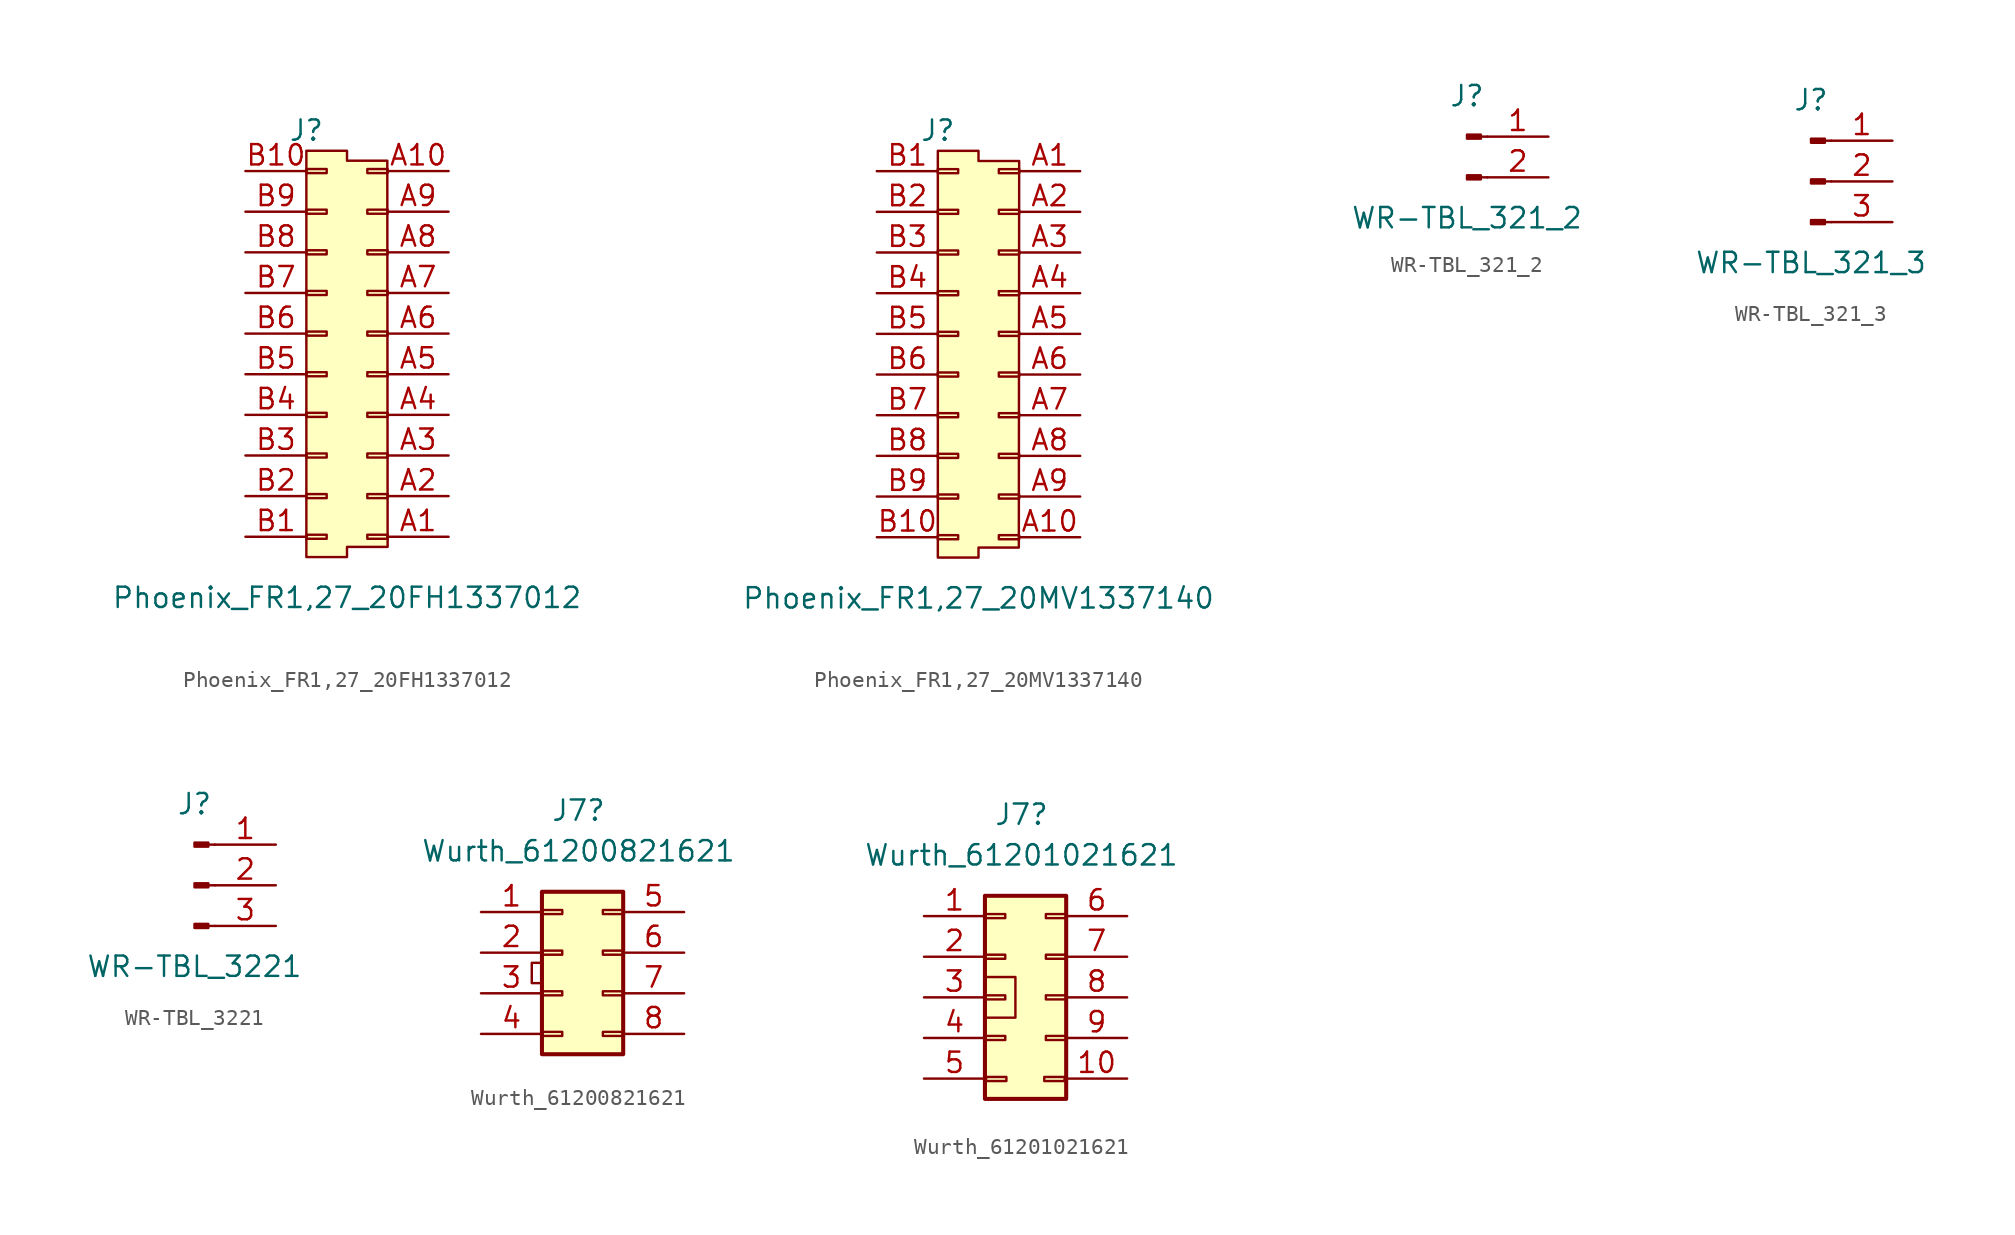
<source format=kicad_sym>
(kicad_symbol_lib
  (version 20231120)
  (generator "kicad_symbol_editor")
  (generator_version "8.0")
  (symbol "Phoenix_FR1,27_20FH1337012"
    (pin_names
      (offset 1.016) hide)
    (property "Reference" "J"
      (at -2.54 13.97 0)
      (effects (font (size 1.27 1.27))))
    (property "Value" "Phoenix_FR1,27_20FH1337012"
      (at 0 -15.24 0)
      (effects (font (size 1.27 1.27))))
    (symbol "Phoenix_FR1,27_20FH1337012_1_0"
      (pin no_connect line (at 1.27 -8.89 270) (length 2.54) hide (name "MP1" (effects (font (size 1.27 1.27)))) (number "MP1" (effects (font (size 1.27 1.27)))))
      (pin no_connect line (at 1.27 -8.89 270) (length 2.54) hide (name "MP2" (effects (font (size 1.27 1.27)))) (number "MP2" (effects (font (size 1.27 1.27)))))
      (pin no_connect line (at 1.27 -8.89 270) (length 2.54) hide (name "MP3" (effects (font (size 1.27 1.27)))) (number "MP3" (effects (font (size 1.27 1.27)))))
      (pin no_connect line (at 1.27 -8.89 270) (length 2.54) hide (name "MP4" (effects (font (size 1.27 1.27)))) (number "MP4" (effects (font (size 1.27 1.27))))))
    (symbol "Phoenix_FR1,27_20FH1337012_1_1"
      (rectangle (start -2.54 -11.557) (end -1.27 -11.303) (stroke (width 0.152) (type default)) (fill (type none)))
      (rectangle (start -2.54 -9.017) (end -1.27 -8.763) (stroke (width 0.152) (type default)) (fill (type none)))
      (rectangle (start -2.54 -6.477) (end -1.27 -6.223) (stroke (width 0.152) (type default)) (fill (type none)))
      (rectangle (start -2.54 -3.937) (end -1.27 -3.683) (stroke (width 0.152) (type default)) (fill (type none)))
      (rectangle (start -2.54 -1.397) (end -1.27 -1.143) (stroke (width 0.152) (type default)) (fill (type none)))
      (rectangle (start -1.27 1.397) (end -2.54 1.143) (stroke (width 0.152) (type default)) (fill (type none)))
      (rectangle (start -1.27 3.937) (end -2.54 3.683) (stroke (width 0.152) (type default)) (fill (type none)))
      (rectangle (start -1.27 6.477) (end -2.54 6.223) (stroke (width 0.152) (type default)) (fill (type none)))
      (rectangle (start -1.27 9.017) (end -2.54 8.763) (stroke (width 0.152) (type default)) (fill (type none)))
      (rectangle (start -1.27 11.557) (end -2.54 11.303) (stroke (width 0.152) (type default)) (fill (type none)))
      (polyline (pts (xy 2.54 -12.065) (xy 2.519 12.077) (xy 0.001 12.077) (xy 0 12.7) (xy -2.54 12.7) (xy -2.54 -12.7) (xy 0 -12.7) (xy 0 -12.065) (xy 2.54 -12.065)) (stroke (width 0) (type default)) (fill (type background)))
      (rectangle (start 1.27 3.683) (end 2.54 3.937) (stroke (width 0.152) (type default)) (fill (type none)))
      (rectangle (start 1.27 6.223) (end 2.54 6.477) (stroke (width 0.152) (type default)) (fill (type none)))
      (rectangle (start 1.27 8.763) (end 2.54 9.017) (stroke (width 0.152) (type default)) (fill (type none)))
      (rectangle (start 1.27 11.303) (end 2.54 11.557) (stroke (width 0.152) (type default)) (fill (type none)))
      (rectangle (start 2.54 -11.557) (end 1.27 -11.303) (stroke (width 0.152) (type default)) (fill (type none)))
      (rectangle (start 2.54 -9.017) (end 1.27 -8.763) (stroke (width 0.152) (type default)) (fill (type none)))
      (rectangle (start 2.54 -6.477) (end 1.27 -6.223) (stroke (width 0.152) (type default)) (fill (type none)))
      (rectangle (start 2.54 -3.937) (end 1.27 -3.683) (stroke (width 0.152) (type default)) (fill (type none)))
      (rectangle (start 2.54 -1.397) (end 1.27 -1.143) (stroke (width 0.152) (type default)) (fill (type none)))
      (rectangle (start 2.54 1.143) (end 1.27 1.397) (stroke (width 0.152) (type default)) (fill (type none)))
      (pin passive line (at 6.35 -11.43 180) (length 3.81) (name "A1" (effects (font (size 1.27 1.27)))) (number "A1" (effects (font (size 1.27 1.27)))))
      (pin passive line (at 6.35 11.43 180) (length 3.81) (name "A10" (effects (font (size 1.27 1.27)))) (number "A10" (effects (font (size 1.27 1.27)))))
      (pin passive line (at 6.35 -8.89 180) (length 3.81) (name "A2" (effects (font (size 1.27 1.27)))) (number "A2" (effects (font (size 1.27 1.27)))))
      (pin passive line (at 6.35 -6.35 180) (length 3.81) (name "A3" (effects (font (size 1.27 1.27)))) (number "A3" (effects (font (size 1.27 1.27)))))
      (pin passive line (at 6.35 -3.81 180) (length 3.81) (name "A4" (effects (font (size 1.27 1.27)))) (number "A4" (effects (font (size 1.27 1.27)))))
      (pin passive line (at 6.35 -1.27 180) (length 3.81) (name "A5" (effects (font (size 1.27 1.27)))) (number "A5" (effects (font (size 1.27 1.27)))))
      (pin passive line (at 6.35 1.27 180) (length 3.81) (name "A6" (effects (font (size 1.27 1.27)))) (number "A6" (effects (font (size 1.27 1.27)))))
      (pin passive line (at 6.35 3.81 180) (length 3.81) (name "A7" (effects (font (size 1.27 1.27)))) (number "A7" (effects (font (size 1.27 1.27)))))
      (pin passive line (at 6.35 6.35 180) (length 3.81) (name "A8" (effects (font (size 1.27 1.27)))) (number "A8" (effects (font (size 1.27 1.27)))))
      (pin passive line (at 6.35 8.89 180) (length 3.81) (name "A9" (effects (font (size 1.27 1.27)))) (number "A9" (effects (font (size 1.27 1.27)))))
      (pin passive line (at -6.35 -11.43 0) (length 3.81) (name "B1" (effects (font (size 1.27 1.27)))) (number "B1" (effects (font (size 1.27 1.27)))))
      (pin passive line (at -6.35 11.43 0) (length 3.81) (name "B10" (effects (font (size 1.27 1.27)))) (number "B10" (effects (font (size 1.27 1.27)))))
      (pin passive line (at -6.35 -8.89 0) (length 3.81) (name "B2" (effects (font (size 1.27 1.27)))) (number "B2" (effects (font (size 1.27 1.27)))))
      (pin passive line (at -6.35 -6.35 0) (length 3.81) (name "B3" (effects (font (size 1.27 1.27)))) (number "B3" (effects (font (size 1.27 1.27)))))
      (pin passive line (at -6.35 -3.81 0) (length 3.81) (name "B4" (effects (font (size 1.27 1.27)))) (number "B4" (effects (font (size 1.27 1.27)))))
      (pin passive line (at -6.35 -1.27 0) (length 3.81) (name "B5" (effects (font (size 1.27 1.27)))) (number "B5" (effects (font (size 1.27 1.27)))))
      (pin passive line (at -6.35 1.27 0) (length 3.81) (name "B6" (effects (font (size 1.27 1.27)))) (number "B6" (effects (font (size 1.27 1.27)))))
      (pin passive line (at -6.35 3.81 0) (length 3.81) (name "B7" (effects (font (size 1.27 1.27)))) (number "B7" (effects (font (size 1.27 1.27)))))
      (pin passive line (at -6.35 6.35 0) (length 3.81) (name "B8" (effects (font (size 1.27 1.27)))) (number "B8" (effects (font (size 1.27 1.27)))))
      (pin passive line (at -6.35 8.89 0) (length 3.81) (name "B9" (effects (font (size 1.27 1.27)))) (number "B9" (effects (font (size 1.27 1.27)))))))
  (symbol "Phoenix_FR1,27_20MV1337140"
    (pin_names
      (offset 1.016) hide)
    (property "Reference" "J"
      (at -2.54 13.97 0)
      (effects (font (size 1.27 1.27))))
    (property "Value" "Phoenix_FR1,27_20MV1337140"
      (at 0 -15.24 0)
      (effects (font (size 1.27 1.27))))
    (symbol "Phoenix_FR1,27_20MV1337140_1_0"
      (pin no_connect line (at 1.27 8.89 90) (length 2.54) hide (name "MP1" (effects (font (size 1.27 1.27)))) (number "MP1" (effects (font (size 1.27 1.27)))))
      (pin no_connect line (at 1.27 8.89 90) (length 2.54) hide (name "MP2" (effects (font (size 1.27 1.27)))) (number "MP2" (effects (font (size 1.27 1.27)))))
      (pin no_connect line (at 1.27 8.89 90) (length 2.54) hide (name "MP3" (effects (font (size 1.27 1.27)))) (number "MP3" (effects (font (size 1.27 1.27)))))
      (pin no_connect line (at 1.27 8.89 90) (length 2.54) hide (name "MP4" (effects (font (size 1.27 1.27)))) (number "MP4" (effects (font (size 1.27 1.27))))))
    (symbol "Phoenix_FR1,27_20MV1337140_1_1"
      (rectangle (start -2.54 -11.303) (end -1.27 -11.557) (stroke (width 0.152) (type default)) (fill (type none)))
      (rectangle (start -2.54 -8.763) (end -1.27 -9.017) (stroke (width 0.152) (type default)) (fill (type none)))
      (rectangle (start -2.54 -6.223) (end -1.27 -6.477) (stroke (width 0.152) (type default)) (fill (type none)))
      (rectangle (start -2.54 -3.683) (end -1.27 -3.937) (stroke (width 0.152) (type default)) (fill (type none)))
      (rectangle (start -2.54 -1.143) (end -1.27 -1.397) (stroke (width 0.152) (type default)) (fill (type none)))
      (rectangle (start -1.27 1.143) (end -2.54 1.397) (stroke (width 0.152) (type default)) (fill (type none)))
      (rectangle (start -1.27 3.683) (end -2.54 3.937) (stroke (width 0.152) (type default)) (fill (type none)))
      (rectangle (start -1.27 6.223) (end -2.54 6.477) (stroke (width 0.152) (type default)) (fill (type none)))
      (rectangle (start -1.27 8.763) (end -2.54 9.017) (stroke (width 0.152) (type default)) (fill (type none)))
      (rectangle (start -1.27 11.303) (end -2.54 11.557) (stroke (width 0.152) (type default)) (fill (type none)))
      (polyline (pts (xy 2.54 12.065) (xy 2.519 -12.077) (xy 0.001 -12.077) (xy 0 -12.7) (xy -2.54 -12.7) (xy -2.54 12.7) (xy 0 12.7) (xy 0 12.065) (xy 2.54 12.065)) (stroke (width 0) (type default)) (fill (type background)))
      (rectangle (start 1.27 -1.397) (end 2.54 -1.143) (stroke (width 0.152) (type default)) (fill (type none)))
      (rectangle (start 1.27 1.143) (end 2.54 1.397) (stroke (width 0.152) (type default)) (fill (type none)))
      (rectangle (start 1.27 3.683) (end 2.54 3.937) (stroke (width 0.152) (type default)) (fill (type none)))
      (rectangle (start 1.27 6.223) (end 2.54 6.477) (stroke (width 0.152) (type default)) (fill (type none)))
      (rectangle (start 1.27 8.763) (end 2.54 9.017) (stroke (width 0.152) (type default)) (fill (type none)))
      (rectangle (start 1.27 11.303) (end 2.54 11.557) (stroke (width 0.152) (type default)) (fill (type none)))
      (rectangle (start 2.54 -11.557) (end 1.27 -11.303) (stroke (width 0.152) (type default)) (fill (type none)))
      (rectangle (start 2.54 -9.017) (end 1.27 -8.763) (stroke (width 0.152) (type default)) (fill (type none)))
      (rectangle (start 2.54 -6.477) (end 1.27 -6.223) (stroke (width 0.152) (type default)) (fill (type none)))
      (rectangle (start 2.54 -3.937) (end 1.27 -3.683) (stroke (width 0.152) (type default)) (fill (type none)))
      (pin passive line (at 6.35 11.43 180) (length 3.81) (name "A1" (effects (font (size 1.27 1.27)))) (number "A1" (effects (font (size 1.27 1.27)))))
      (pin passive line (at 6.35 -11.43 180) (length 3.81) (name "A10" (effects (font (size 1.27 1.27)))) (number "A10" (effects (font (size 1.27 1.27)))))
      (pin passive line (at 6.35 8.89 180) (length 3.81) (name "A2" (effects (font (size 1.27 1.27)))) (number "A2" (effects (font (size 1.27 1.27)))))
      (pin passive line (at 6.35 6.35 180) (length 3.81) (name "A3" (effects (font (size 1.27 1.27)))) (number "A3" (effects (font (size 1.27 1.27)))))
      (pin passive line (at 6.35 3.81 180) (length 3.81) (name "A4" (effects (font (size 1.27 1.27)))) (number "A4" (effects (font (size 1.27 1.27)))))
      (pin passive line (at 6.35 1.27 180) (length 3.81) (name "A5" (effects (font (size 1.27 1.27)))) (number "A5" (effects (font (size 1.27 1.27)))))
      (pin passive line (at 6.35 -1.27 180) (length 3.81) (name "A6" (effects (font (size 1.27 1.27)))) (number "A6" (effects (font (size 1.27 1.27)))))
      (pin passive line (at 6.35 -3.81 180) (length 3.81) (name "A7" (effects (font (size 1.27 1.27)))) (number "A7" (effects (font (size 1.27 1.27)))))
      (pin passive line (at 6.35 -6.35 180) (length 3.81) (name "A8" (effects (font (size 1.27 1.27)))) (number "A8" (effects (font (size 1.27 1.27)))))
      (pin passive line (at 6.35 -8.89 180) (length 3.81) (name "A9" (effects (font (size 1.27 1.27)))) (number "A9" (effects (font (size 1.27 1.27)))))
      (pin passive line (at -6.35 11.43 0) (length 3.81) (name "B1" (effects (font (size 1.27 1.27)))) (number "B1" (effects (font (size 1.27 1.27)))))
      (pin passive line (at -6.35 -11.43 0) (length 3.81) (name "B10" (effects (font (size 1.27 1.27)))) (number "B10" (effects (font (size 1.27 1.27)))))
      (pin passive line (at -6.35 8.89 0) (length 3.81) (name "B2" (effects (font (size 1.27 1.27)))) (number "B2" (effects (font (size 1.27 1.27)))))
      (pin passive line (at -6.35 6.35 0) (length 3.81) (name "B3" (effects (font (size 1.27 1.27)))) (number "B3" (effects (font (size 1.27 1.27)))))
      (pin passive line (at -6.35 3.81 0) (length 3.81) (name "B4" (effects (font (size 1.27 1.27)))) (number "B4" (effects (font (size 1.27 1.27)))))
      (pin passive line (at -6.35 1.27 0) (length 3.81) (name "B5" (effects (font (size 1.27 1.27)))) (number "B5" (effects (font (size 1.27 1.27)))))
      (pin passive line (at -6.35 -1.27 0) (length 3.81) (name "B6" (effects (font (size 1.27 1.27)))) (number "B6" (effects (font (size 1.27 1.27)))))
      (pin passive line (at -6.35 -3.81 0) (length 3.81) (name "B7" (effects (font (size 1.27 1.27)))) (number "B7" (effects (font (size 1.27 1.27)))))
      (pin passive line (at -6.35 -6.35 0) (length 3.81) (name "B8" (effects (font (size 1.27 1.27)))) (number "B8" (effects (font (size 1.27 1.27)))))
      (pin passive line (at -6.35 -8.89 0) (length 3.81) (name "B9" (effects (font (size 1.27 1.27)))) (number "B9" (effects (font (size 1.27 1.27)))))))
  (symbol "WR-TBL_321_2"
    (pin_names
      (offset 1.016) hide)
    (property "Reference" "J"
      (at 0 2.54 0)
      (effects (font (size 1.27 1.27))))
    (property "Value" "WR-TBL_321_2"
      (at 0 -5.08 0)
      (effects (font (size 1.27 1.27))))
    (symbol "WR-TBL_321_2_1_1"
      (polyline (pts (xy 1.27 -2.54) (xy 0.864 -2.54)) (stroke (width 0.152) (type default)) (fill (type none)))
      (polyline (pts (xy 1.27 0) (xy 0.864 0)) (stroke (width 0.152) (type default)) (fill (type none)))
      (rectangle (start 0.864 -2.413) (end 0 -2.667) (stroke (width 0.152) (type default)) (fill (type outline)))
      (rectangle (start 0.864 0.127) (end 0 -0.127) (stroke (width 0.152) (type default)) (fill (type outline)))
      (pin passive line (at 5.08 0 180) (length 3.81) (name "Pin_1" (effects (font (size 1.27 1.27)))) (number "1" (effects (font (size 1.27 1.27)))))
      (pin passive line (at 5.08 -2.54 180) (length 3.81) (name "Pin_2" (effects (font (size 1.27 1.27)))) (number "2" (effects (font (size 1.27 1.27)))))))
  (symbol "WR-TBL_321_3"
    (pin_names
      (offset 1.016) hide)
    (property "Reference" "J"
      (at 0 5.08 0)
      (effects (font (size 1.27 1.27))))
    (property "Value" "WR-TBL_321_3"
      (at 0 -5.08 0)
      (effects (font (size 1.27 1.27))))
    (symbol "WR-TBL_321_3_1_1"
      (polyline (pts (xy 1.27 -2.54) (xy 0.864 -2.54)) (stroke (width 0.152) (type default)) (fill (type none)))
      (polyline (pts (xy 1.27 0) (xy 0.864 0)) (stroke (width 0.152) (type default)) (fill (type none)))
      (polyline (pts (xy 1.27 2.54) (xy 0.864 2.54)) (stroke (width 0.152) (type default)) (fill (type none)))
      (rectangle (start 0.864 -2.413) (end 0 -2.667) (stroke (width 0.152) (type default)) (fill (type outline)))
      (rectangle (start 0.864 0.127) (end 0 -0.127) (stroke (width 0.152) (type default)) (fill (type outline)))
      (rectangle (start 0.864 2.667) (end 0 2.413) (stroke (width 0.152) (type default)) (fill (type outline)))
      (pin passive line (at 5.08 2.54 180) (length 3.81) (name "Pin_1" (effects (font (size 1.27 1.27)))) (number "1" (effects (font (size 1.27 1.27)))))
      (pin passive line (at 5.08 0 180) (length 3.81) (name "Pin_2" (effects (font (size 1.27 1.27)))) (number "2" (effects (font (size 1.27 1.27)))))
      (pin passive line (at 5.08 -2.54 180) (length 3.81) (name "Pin_3" (effects (font (size 1.27 1.27)))) (number "3" (effects (font (size 1.27 1.27)))))))
  (symbol "WR-TBL_3221"
    (pin_names
      (offset 1.016) hide)
    (property "Reference" "J"
      (at 0 5.08 0)
      (effects (font (size 1.27 1.27))))
    (property "Value" "WR-TBL_3221"
      (at 0 -5.08 0)
      (effects (font (size 1.27 1.27))))
    (symbol "WR-TBL_3221_1_1"
      (polyline (pts (xy 1.27 -2.54) (xy 0.864 -2.54)) (stroke (width 0.152) (type default)) (fill (type none)))
      (polyline (pts (xy 1.27 0) (xy 0.864 0)) (stroke (width 0.152) (type default)) (fill (type none)))
      (polyline (pts (xy 1.27 2.54) (xy 0.864 2.54)) (stroke (width 0.152) (type default)) (fill (type none)))
      (rectangle (start 0.864 -2.413) (end 0 -2.667) (stroke (width 0.152) (type default)) (fill (type outline)))
      (rectangle (start 0.864 0.127) (end 0 -0.127) (stroke (width 0.152) (type default)) (fill (type outline)))
      (rectangle (start 0.864 2.667) (end 0 2.413) (stroke (width 0.152) (type default)) (fill (type outline)))
      (pin passive line (at 5.08 2.54 180) (length 3.81) (name "Pin_1" (effects (font (size 1.27 1.27)))) (number "1" (effects (font (size 1.27 1.27)))))
      (pin passive line (at 5.08 0 180) (length 3.81) (name "Pin_2" (effects (font (size 1.27 1.27)))) (number "2" (effects (font (size 1.27 1.27)))))
      (pin passive line (at 5.08 -2.54 180) (length 3.81) (name "Pin_3" (effects (font (size 1.27 1.27)))) (number "3" (effects (font (size 1.27 1.27)))))))
  (symbol "Wurth_61200821621"
    (pin_names
      (offset 1.016) hide)
    (property "Reference" "J7"
      (at 1.016 8.89 0)
      (effects (font (size 1.27 1.27))))
    (property "Value" "Wurth_61200821621"
      (at 1.016 6.35 0)
      (effects (font (size 1.27 1.27))))
    (symbol "Wurth_61200821621_0_1"
      (rectangle (start -1.27 -0.635) (end -1.905 -1.905) (stroke (width 0) (type default)) (fill (type none))))
    (symbol "Wurth_61200821621_1_1"
      (rectangle (start -1.27 3.81) (end 3.81 -6.35) (stroke (width 0.254) (type default)) (fill (type background)))
      (rectangle (start 0 -5.207) (end -1.27 -4.953) (stroke (width 0.152) (type default)) (fill (type none)))
      (rectangle (start 0 -2.667) (end -1.27 -2.413) (stroke (width 0.152) (type default)) (fill (type none)))
      (rectangle (start 0 -0.127) (end -1.27 0.127) (stroke (width 0.152) (type default)) (fill (type none)))
      (rectangle (start 0 2.413) (end -1.27 2.667) (stroke (width 0.152) (type default)) (fill (type none)))
      (rectangle (start 2.54 -5.207) (end 3.81 -4.953) (stroke (width 0.152) (type default)) (fill (type none)))
      (rectangle (start 2.54 -2.667) (end 3.81 -2.413) (stroke (width 0.152) (type default)) (fill (type none)))
      (rectangle (start 2.54 -0.127) (end 3.81 0.127) (stroke (width 0.152) (type default)) (fill (type none)))
      (rectangle (start 2.54 2.413) (end 3.81 2.667) (stroke (width 0.152) (type default)) (fill (type none)))
      (pin passive line (at -5.08 2.54 0) (length 3.81) (name "Pin_1" (effects (font (size 1.27 1.27)))) (number "1" (effects (font (size 1.27 1.27)))))
      (pin passive line (at -5.08 0 0) (length 3.81) (name "Pin_2" (effects (font (size 1.27 1.27)))) (number "2" (effects (font (size 1.27 1.27)))))
      (pin passive line (at -5.08 -2.54 0) (length 3.81) (name "Pin_3" (effects (font (size 1.27 1.27)))) (number "3" (effects (font (size 1.27 1.27)))))
      (pin passive line (at -5.08 -5.08 0) (length 3.81) (name "Pin_4" (effects (font (size 1.27 1.27)))) (number "4" (effects (font (size 1.27 1.27)))))
      (pin passive line (at 7.62 2.54 180) (length 3.81) (name "Pin_5" (effects (font (size 1.27 1.27)))) (number "5" (effects (font (size 1.27 1.27)))))
      (pin passive line (at 7.62 0 180) (length 3.81) (name "Pin_6" (effects (font (size 1.27 1.27)))) (number "6" (effects (font (size 1.27 1.27)))))
      (pin passive line (at 7.62 -2.54 180) (length 3.81) (name "Pin_7" (effects (font (size 1.27 1.27)))) (number "7" (effects (font (size 1.27 1.27)))))
      (pin passive line (at 7.62 -5.08 180) (length 3.81) (name "Pin_8" (effects (font (size 1.27 1.27)))) (number "8" (effects (font (size 1.27 1.27)))))))
  (symbol "Wurth_61201021621"
    (pin_names
      (offset 1.016) hide)
    (property "Reference" "J7"
      (at 1.016 11.43 0)
      (effects (font (size 1.27 1.27))))
    (property "Value" "Wurth_61201021621"
      (at 1.016 8.89 0)
      (effects (font (size 1.27 1.27))))
    (symbol "Wurth_61201021621_0_1"
      (rectangle (start -1.27 1.27) (end 0.635 -1.27) (stroke (width 0) (type default)) (fill (type none))))
    (symbol "Wurth_61201021621_1_1"
      (rectangle (start -1.27 -2.413) (end 0 -2.667) (stroke (width 0.152) (type default)) (fill (type none)))
      (rectangle (start -1.27 6.35) (end 3.81 -6.35) (stroke (width 0.254) (type default)) (fill (type background)))
      (rectangle (start -1.199 -4.979) (end 0.071 -5.233) (stroke (width 0.152) (type default)) (fill (type none)))
      (rectangle (start 0 -0.127) (end -1.27 0.127) (stroke (width 0.152) (type default)) (fill (type none)))
      (rectangle (start 0 2.413) (end -1.27 2.667) (stroke (width 0.152) (type default)) (fill (type none)))
      (rectangle (start 0 4.953) (end -1.27 5.207) (stroke (width 0.152) (type default)) (fill (type none)))
      (rectangle (start 2.439 -4.979) (end 3.709 -5.233) (stroke (width 0.152) (type default)) (fill (type none)))
      (rectangle (start 2.54 -2.667) (end 3.81 -2.413) (stroke (width 0.152) (type default)) (fill (type none)))
      (rectangle (start 2.54 -0.127) (end 3.81 0.127) (stroke (width 0.152) (type default)) (fill (type none)))
      (rectangle (start 2.54 2.413) (end 3.81 2.667) (stroke (width 0.152) (type default)) (fill (type none)))
      (rectangle (start 2.54 4.953) (end 3.81 5.207) (stroke (width 0.152) (type default)) (fill (type none)))
      (pin passive line (at -5.08 5.08 0) (length 3.81) (name "Pin_1" (effects (font (size 1.27 1.27)))) (number "1" (effects (font (size 1.27 1.27)))))
      (pin passive line (at 7.62 -5.08 180) (length 3.81) (name "Pin_10" (effects (font (size 1.27 1.27)))) (number "10" (effects (font (size 1.27 1.27)))))
      (pin passive line (at -5.08 2.54 0) (length 3.81) (name "Pin_2" (effects (font (size 1.27 1.27)))) (number "2" (effects (font (size 1.27 1.27)))))
      (pin passive line (at -5.08 0 0) (length 3.81) (name "Pin_3" (effects (font (size 1.27 1.27)))) (number "3" (effects (font (size 1.27 1.27)))))
      (pin passive line (at -5.08 -2.54 0) (length 3.81) (name "Pin_4" (effects (font (size 1.27 1.27)))) (number "4" (effects (font (size 1.27 1.27)))))
      (pin passive line (at -5.08 -5.08 0) (length 3.81) (name "Pin_5" (effects (font (size 1.27 1.27)))) (number "5" (effects (font (size 1.27 1.27)))))
      (pin passive line (at 7.62 5.08 180) (length 3.81) (name "Pin_6" (effects (font (size 1.27 1.27)))) (number "6" (effects (font (size 1.27 1.27)))))
      (pin passive line (at 7.62 2.54 180) (length 3.81) (name "Pin_7" (effects (font (size 1.27 1.27)))) (number "7" (effects (font (size 1.27 1.27)))))
      (pin passive line (at 7.62 0 180) (length 3.81) (name "Pin_8" (effects (font (size 1.27 1.27)))) (number "8" (effects (font (size 1.27 1.27)))))
      (pin passive line (at 7.62 -2.54 180) (length 3.81) (name "Pin_9" (effects (font (size 1.27 1.27)))) (number "9" (effects (font (size 1.27 1.27))))))))
</source>
